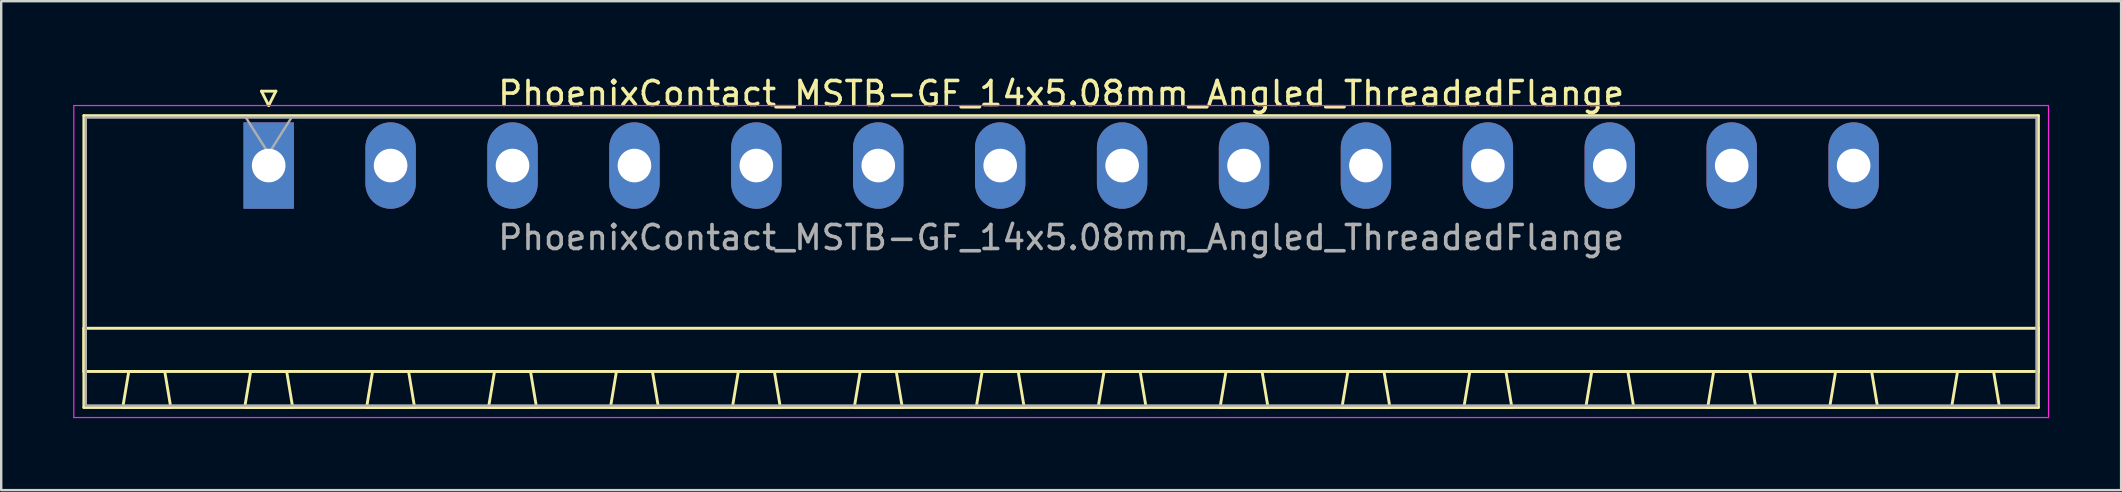
<source format=kicad_pcb>
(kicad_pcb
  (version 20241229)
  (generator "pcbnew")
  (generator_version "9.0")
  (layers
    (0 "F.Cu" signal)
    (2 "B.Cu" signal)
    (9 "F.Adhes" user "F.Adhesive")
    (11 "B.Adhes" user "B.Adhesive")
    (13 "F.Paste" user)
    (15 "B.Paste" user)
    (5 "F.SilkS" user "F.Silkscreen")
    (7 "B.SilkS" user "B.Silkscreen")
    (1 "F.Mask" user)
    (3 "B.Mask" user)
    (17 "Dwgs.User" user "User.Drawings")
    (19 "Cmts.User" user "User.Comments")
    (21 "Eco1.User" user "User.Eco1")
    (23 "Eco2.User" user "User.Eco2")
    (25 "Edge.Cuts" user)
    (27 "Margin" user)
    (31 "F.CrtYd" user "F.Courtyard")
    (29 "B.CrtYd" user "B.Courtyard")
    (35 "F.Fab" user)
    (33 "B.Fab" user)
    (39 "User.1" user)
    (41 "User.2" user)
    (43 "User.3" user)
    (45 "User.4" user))
  (footprint "PhoenixContact_MSTB-GF_14x5.08mm_Angled_ThreadedFlange"
    (layer "F.Cu")
    (at 8.145 3.848)
    (property "Reference" "PhoenixContact_MSTB-GF_14x5.08mm_Angled_ThreadedFlange" (at 33.02 -3 0) (layer "F.SilkS") (effects (font (size 1 1) (thickness 0.15))))
    (attr through_hole)
    (fp_line (start -7.7 -2.08) (end -7.7 10.08) (stroke (width 0.12) (type solid)) (layer "F.SilkS"))
    (fp_line (start -7.7 6.78) (end 73.74 6.78) (stroke (width 0.12) (type solid)) (layer "F.SilkS"))
    (fp_line (start -7.7 8.58) (end -7.7 6.78) (stroke (width 0.12) (type solid)) (layer "F.SilkS"))
    (fp_line (start -7.7 10.08) (end 73.74 10.08) (stroke (width 0.12) (type solid)) (layer "F.SilkS"))
    (fp_line (start -6.08 10.08) (end -4.08 10.08) (stroke (width 0.12) (type solid)) (layer "F.SilkS"))
    (fp_line (start -5.83 8.58) (end -6.08 10.08) (stroke (width 0.12) (type solid)) (layer "F.SilkS"))
    (fp_line (start -4.33 8.58) (end -5.83 8.58) (stroke (width 0.12) (type solid)) (layer "F.SilkS"))
    (fp_line (start -4.08 10.08) (end -4.33 8.58) (stroke (width 0.12) (type solid)) (layer "F.SilkS"))
    (fp_line (start -1 10.08) (end 1 10.08) (stroke (width 0.12) (type solid)) (layer "F.SilkS"))
    (fp_line (start -0.75 8.58) (end -1 10.08) (stroke (width 0.12) (type solid)) (layer "F.SilkS"))
    (fp_line (start -0.3 -3.1) (end 0.3 -3.1) (stroke (width 0.12) (type solid)) (layer "F.SilkS"))
    (fp_line (start 0 -2.5) (end -0.3 -3.1) (stroke (width 0.12) (type solid)) (layer "F.SilkS"))
    (fp_line (start 0.3 -3.1) (end 0 -2.5) (stroke (width 0.12) (type solid)) (layer "F.SilkS"))
    (fp_line (start 0.75 8.58) (end -0.75 8.58) (stroke (width 0.12) (type solid)) (layer "F.SilkS"))
    (fp_line (start 1 10.08) (end 0.75 8.58) (stroke (width 0.12) (type solid)) (layer "F.SilkS"))
    (fp_line (start 4.08 10.08) (end 6.08 10.08) (stroke (width 0.12) (type solid)) (layer "F.SilkS"))
    (fp_line (start 4.33 8.58) (end 4.08 10.08) (stroke (width 0.12) (type solid)) (layer "F.SilkS"))
    (fp_line (start 5.83 8.58) (end 4.33 8.58) (stroke (width 0.12) (type solid)) (layer "F.SilkS"))
    (fp_line (start 6.08 10.08) (end 5.83 8.58) (stroke (width 0.12) (type solid)) (layer "F.SilkS"))
    (fp_line (start 9.16 10.08) (end 11.16 10.08) (stroke (width 0.12) (type solid)) (layer "F.SilkS"))
    (fp_line (start 9.41 8.58) (end 9.16 10.08) (stroke (width 0.12) (type solid)) (layer "F.SilkS"))
    (fp_line (start 10.91 8.58) (end 9.41 8.58) (stroke (width 0.12) (type solid)) (layer "F.SilkS"))
    (fp_line (start 11.16 10.08) (end 10.91 8.58) (stroke (width 0.12) (type solid)) (layer "F.SilkS"))
    (fp_line (start 14.24 10.08) (end 16.24 10.08) (stroke (width 0.12) (type solid)) (layer "F.SilkS"))
    (fp_line (start 14.49 8.58) (end 14.24 10.08) (stroke (width 0.12) (type solid)) (layer "F.SilkS"))
    (fp_line (start 15.99 8.58) (end 14.49 8.58) (stroke (width 0.12) (type solid)) (layer "F.SilkS"))
    (fp_line (start 16.24 10.08) (end 15.99 8.58) (stroke (width 0.12) (type solid)) (layer "F.SilkS"))
    (fp_line (start 19.32 10.08) (end 21.32 10.08) (stroke (width 0.12) (type solid)) (layer "F.SilkS"))
    (fp_line (start 19.57 8.58) (end 19.32 10.08) (stroke (width 0.12) (type solid)) (layer "F.SilkS"))
    (fp_line (start 21.07 8.58) (end 19.57 8.58) (stroke (width 0.12) (type solid)) (layer "F.SilkS"))
    (fp_line (start 21.32 10.08) (end 21.07 8.58) (stroke (width 0.12) (type solid)) (layer "F.SilkS"))
    (fp_line (start 24.4 10.08) (end 26.4 10.08) (stroke (width 0.12) (type solid)) (layer "F.SilkS"))
    (fp_line (start 24.65 8.58) (end 24.4 10.08) (stroke (width 0.12) (type solid)) (layer "F.SilkS"))
    (fp_line (start 26.15 8.58) (end 24.65 8.58) (stroke (width 0.12) (type solid)) (layer "F.SilkS"))
    (fp_line (start 26.4 10.08) (end 26.15 8.58) (stroke (width 0.12) (type solid)) (layer "F.SilkS"))
    (fp_line (start 29.48 10.08) (end 31.48 10.08) (stroke (width 0.12) (type solid)) (layer "F.SilkS"))
    (fp_line (start 29.73 8.58) (end 29.48 10.08) (stroke (width 0.12) (type solid)) (layer "F.SilkS"))
    (fp_line (start 31.23 8.58) (end 29.73 8.58) (stroke (width 0.12) (type solid)) (layer "F.SilkS"))
    (fp_line (start 31.48 10.08) (end 31.23 8.58) (stroke (width 0.12) (type solid)) (layer "F.SilkS"))
    (fp_line (start 34.56 10.08) (end 36.56 10.08) (stroke (width 0.12) (type solid)) (layer "F.SilkS"))
    (fp_line (start 34.81 8.58) (end 34.56 10.08) (stroke (width 0.12) (type solid)) (layer "F.SilkS"))
    (fp_line (start 36.31 8.58) (end 34.81 8.58) (stroke (width 0.12) (type solid)) (layer "F.SilkS"))
    (fp_line (start 36.56 10.08) (end 36.31 8.58) (stroke (width 0.12) (type solid)) (layer "F.SilkS"))
    (fp_line (start 39.64 10.08) (end 41.64 10.08) (stroke (width 0.12) (type solid)) (layer "F.SilkS"))
    (fp_line (start 39.89 8.58) (end 39.64 10.08) (stroke (width 0.12) (type solid)) (layer "F.SilkS"))
    (fp_line (start 41.39 8.58) (end 39.89 8.58) (stroke (width 0.12) (type solid)) (layer "F.SilkS"))
    (fp_line (start 41.64 10.08) (end 41.39 8.58) (stroke (width 0.12) (type solid)) (layer "F.SilkS"))
    (fp_line (start 44.72 10.08) (end 46.72 10.08) (stroke (width 0.12) (type solid)) (layer "F.SilkS"))
    (fp_line (start 44.97 8.58) (end 44.72 10.08) (stroke (width 0.12) (type solid)) (layer "F.SilkS"))
    (fp_line (start 46.47 8.58) (end 44.97 8.58) (stroke (width 0.12) (type solid)) (layer "F.SilkS"))
    (fp_line (start 46.72 10.08) (end 46.47 8.58) (stroke (width 0.12) (type solid)) (layer "F.SilkS"))
    (fp_line (start 49.8 10.08) (end 51.8 10.08) (stroke (width 0.12) (type solid)) (layer "F.SilkS"))
    (fp_line (start 50.05 8.58) (end 49.8 10.08) (stroke (width 0.12) (type solid)) (layer "F.SilkS"))
    (fp_line (start 51.55 8.58) (end 50.05 8.58) (stroke (width 0.12) (type solid)) (layer "F.SilkS"))
    (fp_line (start 51.8 10.08) (end 51.55 8.58) (stroke (width 0.12) (type solid)) (layer "F.SilkS"))
    (fp_line (start 54.88 10.08) (end 56.88 10.08) (stroke (width 0.12) (type solid)) (layer "F.SilkS"))
    (fp_line (start 55.13 8.58) (end 54.88 10.08) (stroke (width 0.12) (type solid)) (layer "F.SilkS"))
    (fp_line (start 56.63 8.58) (end 55.13 8.58) (stroke (width 0.12) (type solid)) (layer "F.SilkS"))
    (fp_line (start 56.88 10.08) (end 56.63 8.58) (stroke (width 0.12) (type solid)) (layer "F.SilkS"))
    (fp_line (start 59.96 10.08) (end 61.96 10.08) (stroke (width 0.12) (type solid)) (layer "F.SilkS"))
    (fp_line (start 60.21 8.58) (end 59.96 10.08) (stroke (width 0.12) (type solid)) (layer "F.SilkS"))
    (fp_line (start 61.71 8.58) (end 60.21 8.58) (stroke (width 0.12) (type solid)) (layer "F.SilkS"))
    (fp_line (start 61.96 10.08) (end 61.71 8.58) (stroke (width 0.12) (type solid)) (layer "F.SilkS"))
    (fp_line (start 65.04 10.08) (end 67.04 10.08) (stroke (width 0.12) (type solid)) (layer "F.SilkS"))
    (fp_line (start 65.29 8.58) (end 65.04 10.08) (stroke (width 0.12) (type solid)) (layer "F.SilkS"))
    (fp_line (start 66.79 8.58) (end 65.29 8.58) (stroke (width 0.12) (type solid)) (layer "F.SilkS"))
    (fp_line (start 67.04 10.08) (end 66.79 8.58) (stroke (width 0.12) (type solid)) (layer "F.SilkS"))
    (fp_line (start 70.12 10.08) (end 72.12 10.08) (stroke (width 0.12) (type solid)) (layer "F.SilkS"))
    (fp_line (start 70.37 8.58) (end 70.12 10.08) (stroke (width 0.12) (type solid)) (layer "F.SilkS"))
    (fp_line (start 71.87 8.58) (end 70.37 8.58) (stroke (width 0.12) (type solid)) (layer "F.SilkS"))
    (fp_line (start 72.12 10.08) (end 71.87 8.58) (stroke (width 0.12) (type solid)) (layer "F.SilkS"))
    (fp_line (start 73.74 -2.08) (end -7.7 -2.08) (stroke (width 0.12) (type solid)) (layer "F.SilkS"))
    (fp_line (start 73.74 6.78) (end 73.74 8.58) (stroke (width 0.12) (type solid)) (layer "F.SilkS"))
    (fp_line (start 73.74 8.58) (end -7.7 8.58) (stroke (width 0.12) (type solid)) (layer "F.SilkS"))
    (fp_line (start 73.74 10.08) (end 73.74 -2.08) (stroke (width 0.12) (type solid)) (layer "F.SilkS"))
    (fp_line (start -8.12 -2.5) (end -8.12 10.5) (stroke (width 0.05) (type solid)) (layer "F.CrtYd"))
    (fp_line (start -8.12 10.5) (end 74.16 10.5) (stroke (width 0.05) (type solid)) (layer "F.CrtYd"))
    (fp_line (start 74.16 -2.5) (end -8.12 -2.5) (stroke (width 0.05) (type solid)) (layer "F.CrtYd"))
    (fp_line (start 74.16 10.5) (end 74.16 -2.5) (stroke (width 0.05) (type solid)) (layer "F.CrtYd"))
    (fp_line (start -7.62 -2) (end -7.62 10) (stroke (width 0.1) (type solid)) (layer "F.Fab"))
    (fp_line (start -7.62 10) (end 73.66 10) (stroke (width 0.1) (type solid)) (layer "F.Fab"))
    (fp_line (start 0 -0.5) (end -0.95 -2) (stroke (width 0.1) (type solid)) (layer "F.Fab"))
    (fp_line (start 0.95 -2) (end 0 -0.5) (stroke (width 0.1) (type solid)) (layer "F.Fab"))
    (fp_line (start 73.66 -2) (end -7.62 -2) (stroke (width 0.1) (type solid)) (layer "F.Fab"))
    (fp_line (start 73.66 10) (end 73.66 -2) (stroke (width 0.1) (type solid)) (layer "F.Fab"))
    (fp_text user "${REFERENCE}" (at 33.02 3 0) (layer "F.Fab") (effects (font (size 1 1) (thickness 0.15))))
    (pad "1" thru_hole rect (at 0 0) (size 2.1 3.6) (drill 1.4) (layers "*.Cu" "*.Mask"))
    (pad "2" thru_hole oval (at 5.08 0) (size 2.1 3.6) (drill 1.4) (layers "*.Cu" "*.Mask"))
    (pad "3" thru_hole oval (at 10.16 0) (size 2.1 3.6) (drill 1.4) (layers "*.Cu" "*.Mask"))
    (pad "4" thru_hole oval (at 15.24 0) (size 2.1 3.6) (drill 1.4) (layers "*.Cu" "*.Mask"))
    (pad "5" thru_hole oval (at 20.32 0) (size 2.1 3.6) (drill 1.4) (layers "*.Cu" "*.Mask"))
    (pad "6" thru_hole oval (at 25.4 0) (size 2.1 3.6) (drill 1.4) (layers "*.Cu" "*.Mask"))
    (pad "7" thru_hole oval (at 30.48 0) (size 2.1 3.6) (drill 1.4) (layers "*.Cu" "*.Mask"))
    (pad "8" thru_hole oval (at 35.56 0) (size 2.1 3.6) (drill 1.4) (layers "*.Cu" "*.Mask"))
    (pad "9" thru_hole oval (at 40.64 0) (size 2.1 3.6) (drill 1.4) (layers "*.Cu" "*.Mask"))
    (pad "10" thru_hole oval (at 45.72 0) (size 2.1 3.6) (drill 1.4) (layers "*.Cu" "*.Mask"))
    (pad "11" thru_hole oval (at 50.8 0) (size 2.1 3.6) (drill 1.4) (layers "*.Cu" "*.Mask"))
    (pad "12" thru_hole oval (at 55.88 0) (size 2.1 3.6) (drill 1.4) (layers "*.Cu" "*.Mask"))
    (pad "13" thru_hole oval (at 60.96 0) (size 2.1 3.6) (drill 1.4) (layers "*.Cu" "*.Mask"))
    (pad "14" thru_hole oval (at 66.04 0) (size 2.1 3.6) (drill 1.4) (layers "*.Cu" "*.Mask")))
  (gr_rect
    (start -3 -3)
    (end 85.33 17.373)
    (stroke (width 0.1) (type default))
    (fill no)
    (layer "Edge.Cuts")))
</source>
